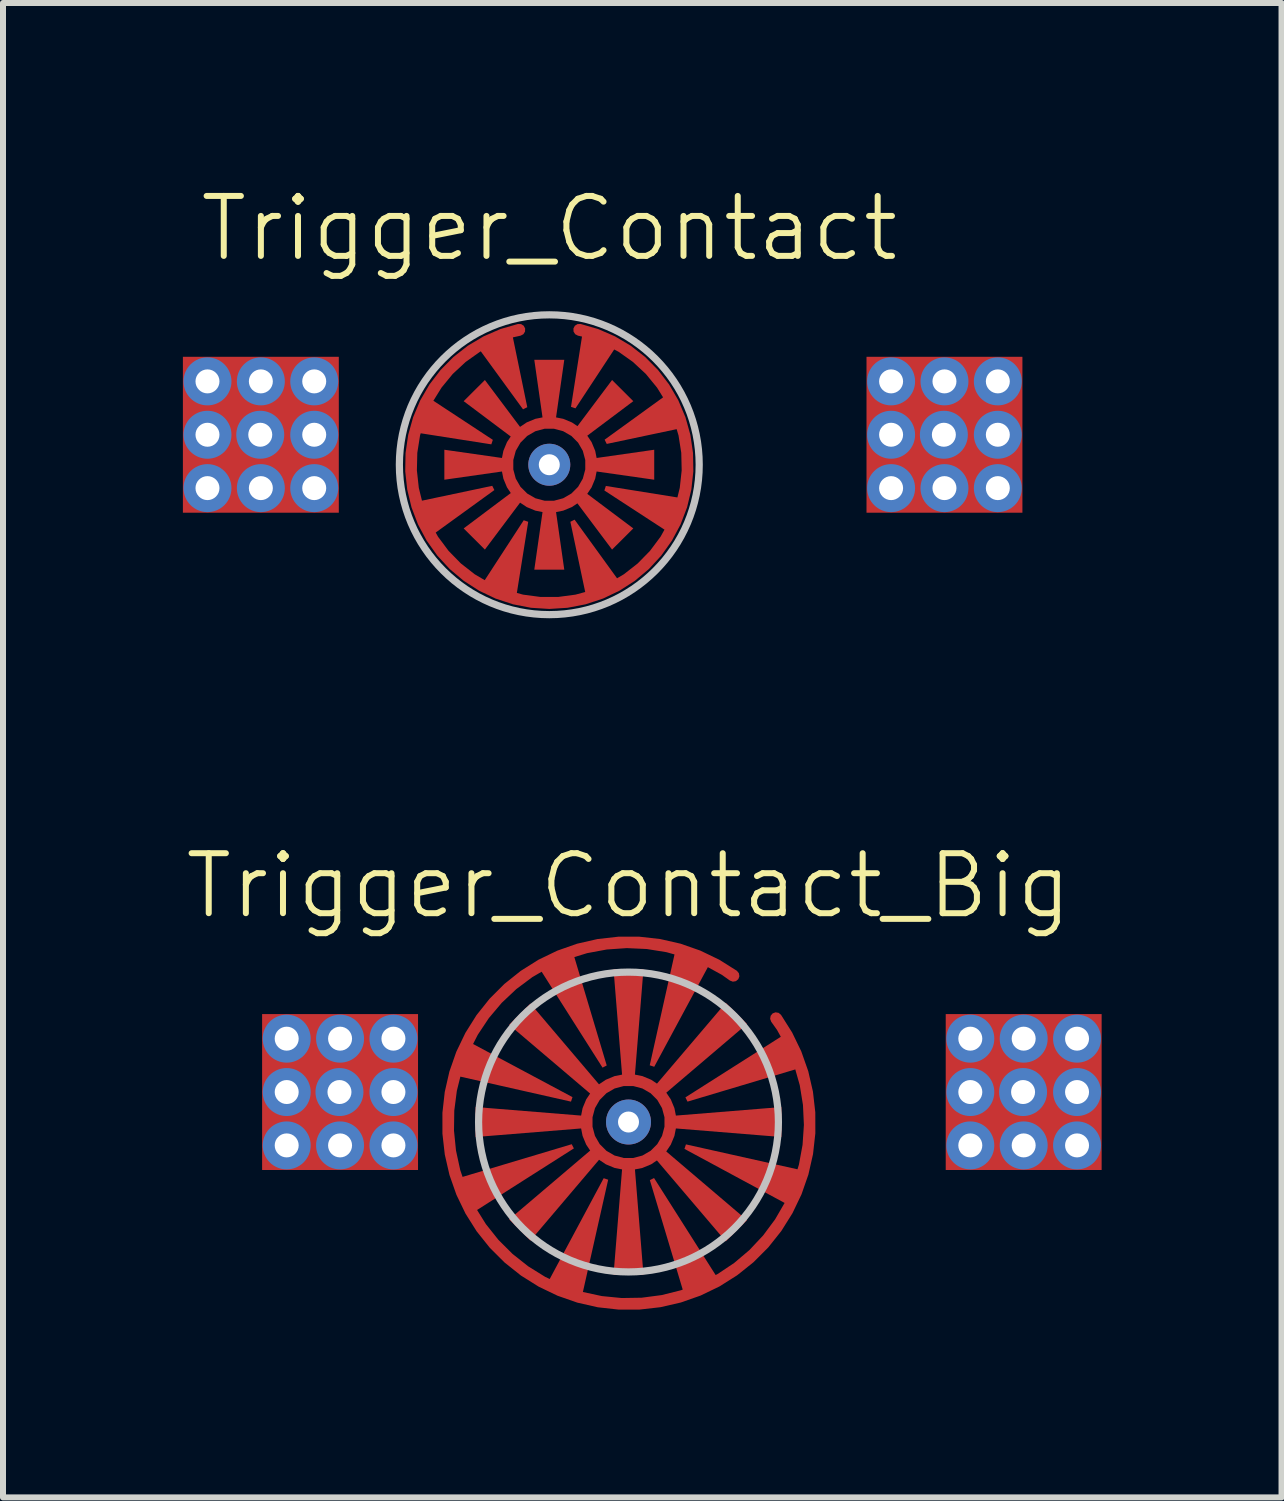
<source format=kicad_pcb>
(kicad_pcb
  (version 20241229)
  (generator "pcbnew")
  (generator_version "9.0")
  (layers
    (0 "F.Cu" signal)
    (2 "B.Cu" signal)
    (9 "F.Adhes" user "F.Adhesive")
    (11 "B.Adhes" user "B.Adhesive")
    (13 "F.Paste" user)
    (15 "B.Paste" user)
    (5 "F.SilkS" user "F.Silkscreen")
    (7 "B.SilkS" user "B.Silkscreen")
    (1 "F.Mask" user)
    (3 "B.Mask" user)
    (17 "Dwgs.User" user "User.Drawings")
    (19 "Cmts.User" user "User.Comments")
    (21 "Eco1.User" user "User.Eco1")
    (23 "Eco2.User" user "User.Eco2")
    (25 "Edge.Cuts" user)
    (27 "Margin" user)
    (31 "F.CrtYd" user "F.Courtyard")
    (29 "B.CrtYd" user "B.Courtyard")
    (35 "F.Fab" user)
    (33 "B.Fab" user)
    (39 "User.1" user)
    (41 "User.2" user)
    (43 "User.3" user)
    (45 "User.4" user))
  (footprint "Trigger_Contact"
    (layer "F.Cu")
    (at 6.11 4.7)
    (property "Reference" "Trigger_Contact" (at 0 -3.94 180) (layer "F.SilkS") (effects (font (size 1 1) (thickness 0.1))))
    (attr smd)
    (fp_circle (center 0 0) (end 3.2 0) (stroke (width 0.12) (type solid)) (fill yes) (layer "F.Mask"))
    (fp_circle (center 0 0) (end 0 -2.5) (stroke (width 0.12) (type solid)) (fill no) (layer "Dwgs.User"))
    (pad "1" thru_hole circle (at -5.7 -1.39) (size 0.8 0.8) (drill 0.4) (layers "*.Cu" "*.Mask"))
    (pad "1" thru_hole circle (at -5.7 -0.5) (size 0.8 0.8) (drill 0.4) (layers "*.Cu" "*.Mask"))
    (pad "1" thru_hole circle (at -5.7 0.39) (size 0.8 0.8) (drill 0.4) (layers "*.Cu" "*.Mask"))
    (pad "1" thru_hole circle (at -4.82 -0.5) (size 0.8 0.8) (drill 0.4) (layers "*.Cu" "*.Mask"))
    (pad "1" thru_hole circle (at -4.81 -1.39) (size 0.8 0.8) (drill 0.4) (layers "*.Cu" "*.Mask"))
    (pad "1" smd custom (at -4.81 -0.5) (size 1.524 1.524) (layers "F.Cu" "F.Mask" "F.Paste") (options (anchor circle)) (primitives (gr_rect (start -1.3 -1.3) (end 1.3 1.3) (width 0) (fill yes))))
    (pad "1" thru_hole circle (at -4.81 0.39) (size 0.8 0.8) (drill 0.4) (layers "*.Cu" "*.Mask"))
    (pad "1" thru_hole circle (at -3.92 -1.39) (size 0.8 0.8) (drill 0.4) (layers "*.Cu" "*.Mask"))
    (pad "1" thru_hole circle (at -3.92 -0.5) (size 0.8 0.8) (drill 0.4) (layers "*.Cu" "*.Mask"))
    (pad "1" thru_hole circle (at -3.92 0.39) (size 0.8 0.8) (drill 0.4) (layers "*.Cu" "*.Mask"))
    (pad "1" smd custom (at -0.85 -1.95 45) (size 0.356 0.356) (layers "F.Cu" "F.Mask" "F.Paste") (options (anchor circle)) (primitives (gr_arc (start 1.166726 0.742462) (mid -2.407619 3.6097) (end 0.459619 0.035355) (width 0.2)) (gr_poly (pts (xy -1.734 2.333) (xy -1.699 2.404) (xy -2.724 3.147) (xy -2.99 2.599)) (width 0) (fill yes)) (gr_poly (pts (xy -0.432 2.933) (xy -0.361 2.897) (xy 0.381 3.923) (xy -0.167 4.188)) (width 0) (fill yes)) (gr_poly (pts (xy -1.15 1.021) (xy -1.221 1.056) (xy -1.953 0.052) (xy -1.405 -0.213)) (width 0) (fill yes)) (gr_poly (pts (xy -1.699 1.556) (xy -1.724 1.631) (xy -2.974 1.431) (xy -2.774 0.856)) (width 0) (fill yes)) (gr_poly (pts (xy 0.145 2.412) (xy 0.17 2.337) (xy 1.42 2.537) (xy 1.22 3.112)) (width 0) (fill yes)) (gr_poly (pts (xy -1.202 2.901) (xy -1.127 2.926) (xy -1.327 4.176) (xy -1.902 3.976)) (width 0) (fill yes)) (gr_poly (pts (xy 0.196 1.624) (xy 0.161 1.553) (xy 1.165 0.821) (xy 1.43 1.369)) (width 0) (fill yes)) (gr_poly (pts (xy -0.359 1.042) (xy -0.434 1.017) (xy -0.241 -0.211) (xy 0.334 -0.011)) (width 0) (fill yes))))
    (pad "1" thru_hole circle (at 0 0) (size 0.7 0.7) (drill 0.35) (layers "*.Cu" "*.Mask"))
    (pad "2" smd custom (at 0 -1.628) (size 0.356 0.156) (layers "F.Cu" "F.Mask" "F.Paste") (options (anchor rect)) (primitives (gr_poly (pts (xy 0.1 0.928) (xy -0.1 0.928) (xy -0.25 -0.122) (xy 0.25 -0.122)) (width 0) (fill yes)) (gr_circle (center 0 1.628) (end 0.7 1.628) (width 0.2) (fill no)) (gr_poly (pts (xy 0.552 1.205) (xy 0.411 1.063) (xy 1.047 0.215) (xy 1.401 0.568)) (width 0) (fill yes)) (gr_poly (pts (xy -0.579 2.053) (xy -0.438 2.195) (xy -1.074 3.043) (xy -1.428 2.69)) (width 0) (fill yes)) (gr_poly (pts (xy 0.411 2.195) (xy 0.552 2.053) (xy 1.401 2.69) (xy 1.047 3.043)) (width 0) (fill yes)) (gr_poly (pts (xy -0.438 1.063) (xy -0.579 1.205) (xy -1.428 0.568) (xy -1.074 0.215)) (width 0) (fill yes)) (gr_poly (pts (xy -0.7 1.528) (xy -0.7 1.728) (xy -1.75 1.878) (xy -1.75 1.378)) (width 0) (fill yes)) (gr_poly (pts (xy -0.1 2.328) (xy 0.1 2.328) (xy 0.25 3.378) (xy -0.25 3.378)) (width 0) (fill yes)) (gr_poly (pts (xy 0.7 1.728) (xy 0.7 1.528) (xy 1.75 1.378) (xy 1.75 1.878)) (width 0) (fill yes))))
    (pad "2" thru_hole circle (at 5.7 -1.39) (size 0.8 0.8) (drill 0.4) (layers "*.Cu" "*.Mask"))
    (pad "2" thru_hole circle (at 5.7 -0.5) (size 0.8 0.8) (drill 0.4) (layers "*.Cu" "*.Mask"))
    (pad "2" thru_hole circle (at 5.7 0.39) (size 0.8 0.8) (drill 0.4) (layers "*.Cu" "*.Mask"))
    (pad "2" thru_hole circle (at 6.58 -0.5) (size 0.8 0.8) (drill 0.4) (layers "*.Cu" "*.Mask"))
    (pad "2" thru_hole circle (at 6.59 -1.39) (size 0.8 0.8) (drill 0.4) (layers "*.Cu" "*.Mask"))
    (pad "2" smd custom (at 6.59 -0.5) (size 1.524 1.524) (layers "F.Cu" "F.Mask" "F.Paste") (options (anchor circle)) (primitives (gr_rect (start -1.3 -1.3) (end 1.3 1.3) (width 0) (fill yes))))
    (pad "2" thru_hole circle (at 6.59 0.39) (size 0.8 0.8) (drill 0.4) (layers "*.Cu" "*.Mask"))
    (pad "2" thru_hole circle (at 7.48 -1.39) (size 0.8 0.8) (drill 0.4) (layers "*.Cu" "*.Mask"))
    (pad "2" thru_hole circle (at 7.48 -0.5) (size 0.8 0.8) (drill 0.4) (layers "*.Cu" "*.Mask"))
    (pad "2" thru_hole circle (at 7.48 0.39) (size 0.8 0.8) (drill 0.4) (layers "*.Cu" "*.Mask")))
  (footprint "Trigger_Contact_Big"
    (layer "F.Cu")
    (at 7.431 15.661)
    (property "Reference" "Trigger_Contact_Big" (at 0 -3.94 180) (layer "F.SilkS") (effects (font (size 1 1) (thickness 0.1))))
    (attr smd)
    (fp_circle (center 0 0) (end 3.2 0) (stroke (width 0.12) (type solid)) (fill yes) (layer "F.Mask"))
    (fp_circle (center 0 0) (end 0 -2.5) (stroke (width 0.12) (type solid)) (fill no) (layer "Dwgs.User"))
    (pad "1" thru_hole circle (at -5.7 -1.39) (size 0.8 0.8) (drill 0.4) (layers "*.Cu" "*.Mask"))
    (pad "1" thru_hole circle (at -5.7 -0.5) (size 0.8 0.8) (drill 0.4) (layers "*.Cu" "*.Mask"))
    (pad "1" thru_hole circle (at -5.7 0.39) (size 0.8 0.8) (drill 0.4) (layers "*.Cu" "*.Mask"))
    (pad "1" thru_hole circle (at -4.82 -0.5) (size 0.8 0.8) (drill 0.4) (layers "*.Cu" "*.Mask"))
    (pad "1" thru_hole circle (at -4.81 -1.39) (size 0.8 0.8) (drill 0.4) (layers "*.Cu" "*.Mask"))
    (pad "1" smd custom (at -4.81 -0.5) (size 1.524 1.524) (layers "F.Cu" "F.Mask" "F.Paste") (options (anchor circle)) (primitives (gr_rect (start -1.3 -1.3) (end 1.3 1.3) (width 0) (fill yes))))
    (pad "1" thru_hole circle (at -4.81 0.39) (size 0.8 0.8) (drill 0.4) (layers "*.Cu" "*.Mask"))
    (pad "1" thru_hole circle (at -3.92 -1.39) (size 0.8 0.8) (drill 0.4) (layers "*.Cu" "*.Mask"))
    (pad "1" thru_hole circle (at -3.92 -0.5) (size 0.8 0.8) (drill 0.4) (layers "*.Cu" "*.Mask"))
    (pad "1" thru_hole circle (at -3.92 0.39) (size 0.8 0.8) (drill 0.4) (layers "*.Cu" "*.Mask"))
    (pad "1" smd custom (at -2.65 -1) (size 0.356 0.356) (layers "F.Cu" "F.Mask" "F.Paste") (options (anchor circle)) (primitives (gr_arc (start 5.111435 -0.72988) (mid 0.526945 3.15211) (end 4.399839 -1.440066) (width 0.2)) (gr_poly (pts (xy 1.703 1.37) (xy 1.739 1.44) (xy 0.115 2.473) (xy -0.15 1.925)) (width 0) (fill yes)) (gr_poly (pts (xy 3.006 1.969) (xy 3.076 1.934) (xy 4.114 3.569) (xy 3.566 3.834)) (width 0) (fill yes)) (gr_poly (pts (xy 2.287 0.057) (xy 2.217 0.093) (xy 1.184 -1.534) (xy 1.732 -1.8)) (width 0) (fill yes)) (gr_poly (pts (xy 3.583 1.448) (xy 3.608 1.373) (xy 5.488 1.793) (xy 5.288 2.368)) (width 0) (fill yes)) (gr_poly (pts (xy 2.236 1.937) (xy 2.311 1.962) (xy 1.88 3.876) (xy 1.305 3.676)) (width 0) (fill yes)) (gr_poly (pts (xy 3.634 0.66) (xy 3.599 0.589) (xy 5.222 -0.442) (xy 5.487 0.106)) (width 0) (fill yes)) (gr_poly (pts (xy 3.079 0.079) (xy 3.004 0.054) (xy 3.426 -1.834) (xy 4.001 -1.634)) (width 0) (fill yes)) (gr_poly (pts (xy 1.716 0.585) (xy 1.691 0.66) (xy -0.234 0.225) (xy -0.034 -0.35)) (width 0) (fill yes))))
    (pad "1" thru_hole circle (at 0 0) (size 0.75 0.75) (drill 0.35) (layers "*.Cu" "*.Mask"))
    (pad "2" smd custom (at 1.65 -1.65) (size 0.356 0.156) (layers "F.Cu" "F.Mask" "F.Paste") (options (anchor rect)) (primitives (gr_poly (pts (xy -1.098 1.227) (xy -1.239 1.085) (xy -0.028 -0.338) (xy 0.326 0.015)) (width 0) (fill yes)) (gr_circle (center -1.65 1.65) (end -0.95 1.65) (width 0.2) (fill no)) (gr_poly (pts (xy -0.95 1.75) (xy -0.95 1.55) (xy 0.9 1.4) (xy 0.9 1.9)) (width 0) (fill yes)) (gr_poly (pts (xy -1.75 2.35) (xy -1.55 2.35) (xy -1.4 4.2) (xy -1.9 4.2)) (width 0) (fill yes)) (gr_poly (pts (xy -2.35 1.55) (xy -2.35 1.75) (xy -4.2 1.9) (xy -4.2 1.4)) (width 0) (fill yes)) (gr_poly (pts (xy -2.088 1.085) (xy -2.229 1.227) (xy -3.64 0.028) (xy -3.286 -0.326)) (width 0) (fill yes)) (gr_poly (pts (xy -1.239 2.217) (xy -1.098 2.075) (xy 0.326 3.287) (xy -0.028 3.64)) (width 0) (fill yes)) (gr_poly (pts (xy -2.229 2.075) (xy -2.088 2.217) (xy -3.286 3.628) (xy -3.64 3.274)) (width 0) (fill yes)) (gr_poly (pts (xy -1.55 0.95) (xy -1.75 0.95) (xy -1.9 -0.9) (xy -1.4 -0.9)) (width 0) (fill yes))))
    (pad "2" thru_hole circle (at 5.7 -1.39) (size 0.8 0.8) (drill 0.4) (layers "*.Cu" "*.Mask"))
    (pad "2" thru_hole circle (at 5.7 -0.5) (size 0.8 0.8) (drill 0.4) (layers "*.Cu" "*.Mask"))
    (pad "2" thru_hole circle (at 5.7 0.39) (size 0.8 0.8) (drill 0.4) (layers "*.Cu" "*.Mask"))
    (pad "2" thru_hole circle (at 6.58 -0.5) (size 0.8 0.8) (drill 0.4) (layers "*.Cu" "*.Mask"))
    (pad "2" thru_hole circle (at 6.59 -1.39) (size 0.8 0.8) (drill 0.4) (layers "*.Cu" "*.Mask"))
    (pad "2" smd custom (at 6.59 -0.5) (size 1.524 1.524) (layers "F.Cu" "F.Mask" "F.Paste") (options (anchor circle)) (primitives (gr_rect (start -1.3 -1.3) (end 1.3 1.3) (width 0) (fill yes))))
    (pad "2" thru_hole circle (at 6.59 0.39) (size 0.8 0.8) (drill 0.4) (layers "*.Cu" "*.Mask"))
    (pad "2" thru_hole circle (at 7.48 -1.39) (size 0.8 0.8) (drill 0.4) (layers "*.Cu" "*.Mask"))
    (pad "2" thru_hole circle (at 7.48 -0.5) (size 0.8 0.8) (drill 0.4) (layers "*.Cu" "*.Mask"))
    (pad "2" thru_hole circle (at 7.48 0.39) (size 0.8 0.8) (drill 0.4) (layers "*.Cu" "*.Mask")))
  (gr_rect
    (start -3 -3)
    (end 18.321 21.921)
    (stroke (width 0.1) (type default))
    (fill no)
    (layer "Edge.Cuts")))
</source>
